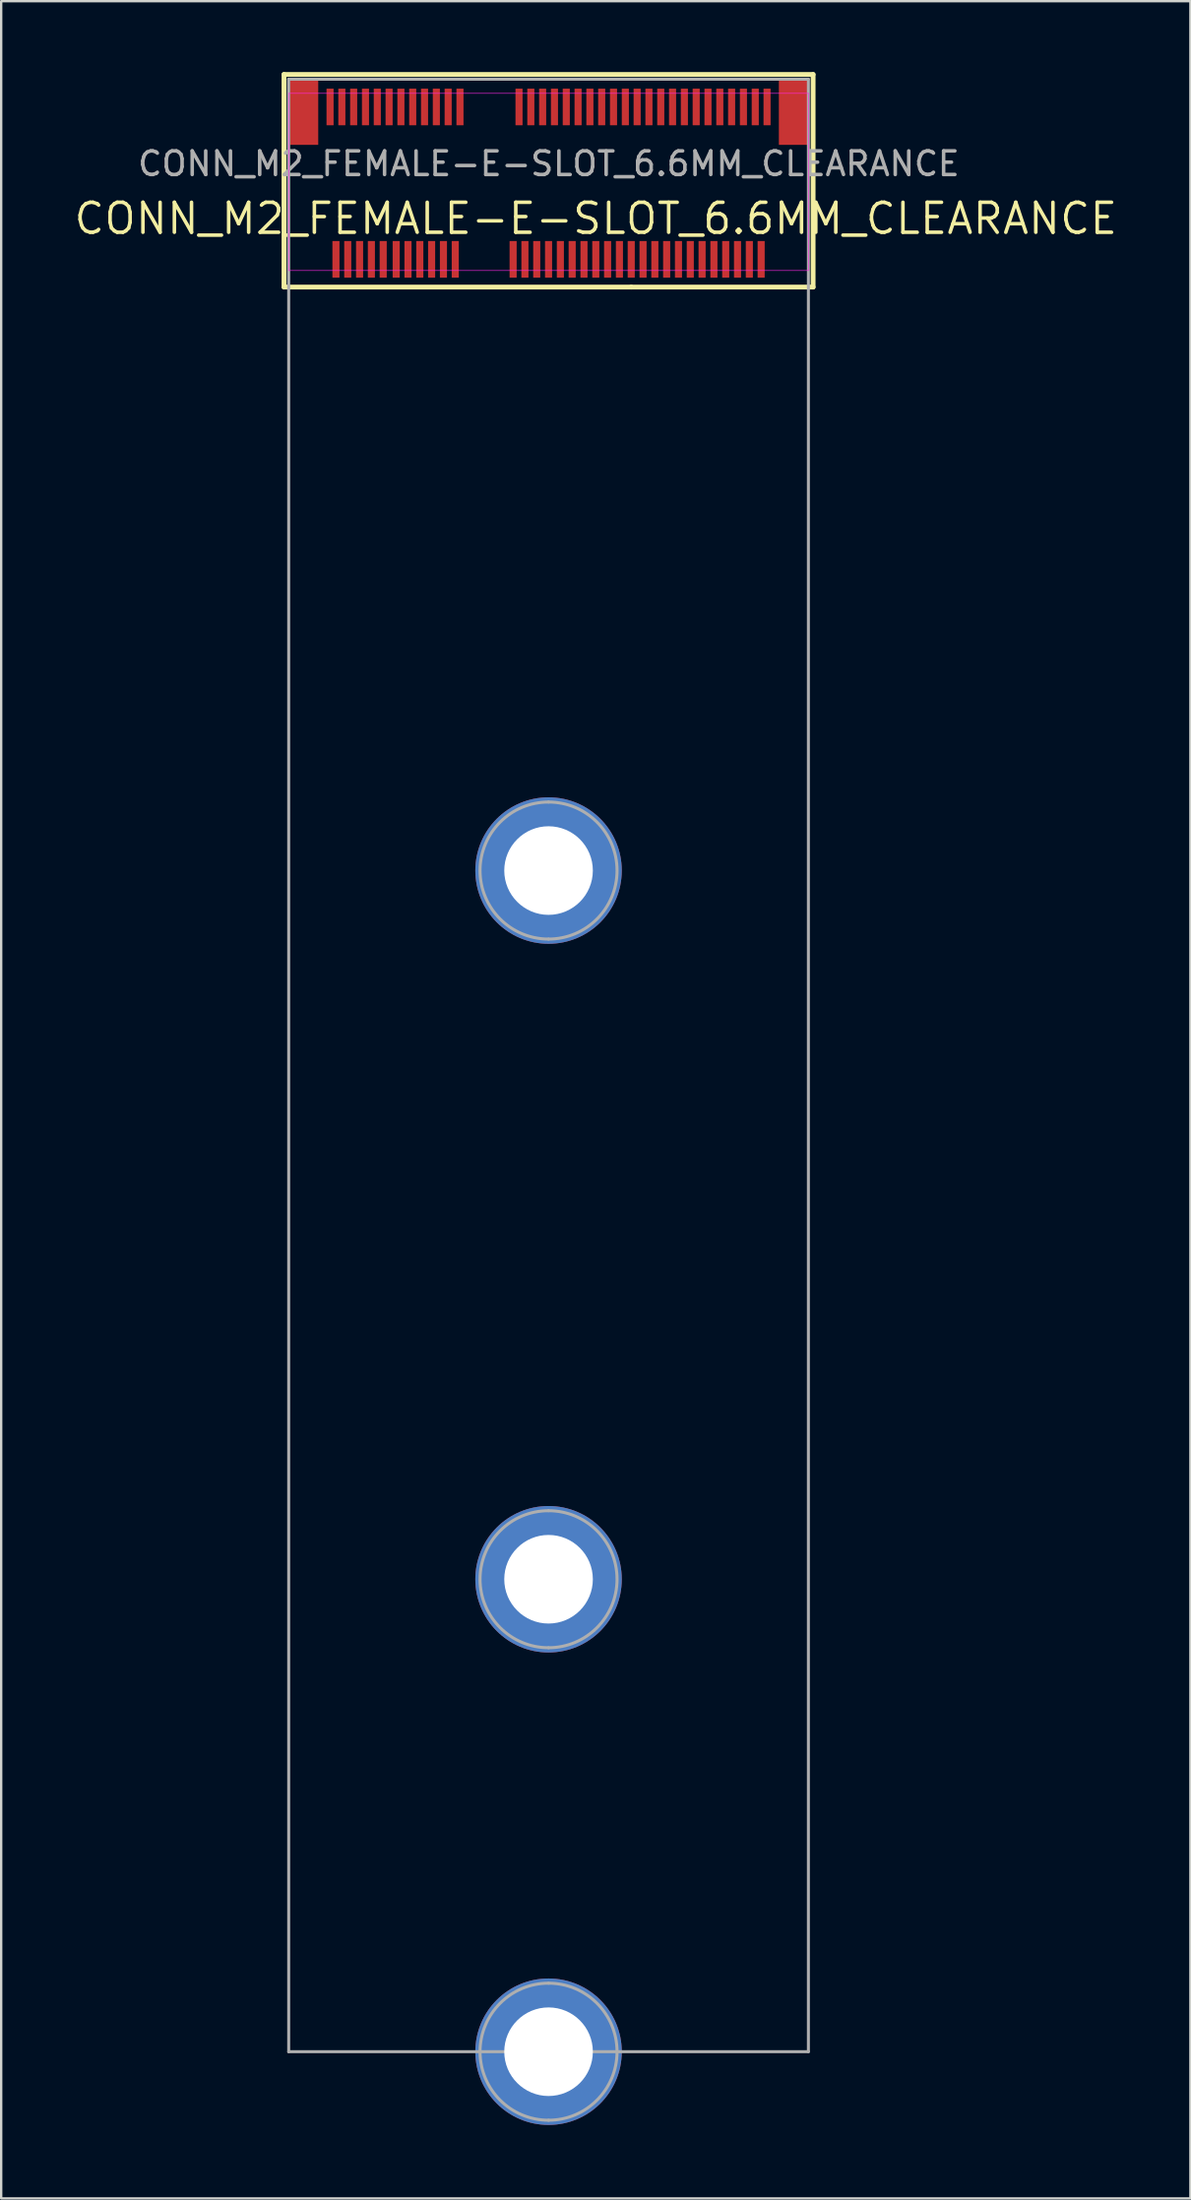
<source format=kicad_pcb>
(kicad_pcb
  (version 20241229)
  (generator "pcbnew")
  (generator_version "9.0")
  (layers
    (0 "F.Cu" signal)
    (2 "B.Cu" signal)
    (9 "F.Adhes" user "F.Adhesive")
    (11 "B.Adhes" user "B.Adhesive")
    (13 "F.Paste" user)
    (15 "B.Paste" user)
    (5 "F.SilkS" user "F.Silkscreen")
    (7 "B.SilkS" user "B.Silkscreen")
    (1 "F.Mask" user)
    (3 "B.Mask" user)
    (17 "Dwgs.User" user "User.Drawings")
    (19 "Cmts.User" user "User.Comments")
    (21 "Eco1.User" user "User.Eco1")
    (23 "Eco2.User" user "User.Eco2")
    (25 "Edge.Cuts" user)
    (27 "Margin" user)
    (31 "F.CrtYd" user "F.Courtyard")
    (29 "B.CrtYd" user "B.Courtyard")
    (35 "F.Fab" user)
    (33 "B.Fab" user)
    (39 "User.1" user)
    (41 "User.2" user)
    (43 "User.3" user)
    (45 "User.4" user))
  (footprint "CONN_M2_FEMALE-E-SLOT_6.6MM_CLEARANCE"
    (layer "F.Cu")
    (at 20.172 6.202)
    (property "Reference" "CONN_M2_FEMALE-E-SLOT_6.6MM_CLEARANCE" (at 2 0 0) (layer "F.SilkS") (effects (font (size 1.27 1.27) (thickness 0.15))))
    (fp_line (start -11.2 2.9) (end -11.2 -6.1) (stroke (width 0.203) (type solid)) (layer "F.SilkS"))
    (fp_line (start 3.5 2.9) (end -11.2 2.9) (stroke (width 0.203) (type solid)) (layer "F.SilkS"))
    (fp_line (start 3.5 2.9) (end 11.2 2.9) (stroke (width 0.203) (type solid)) (layer "F.SilkS"))
    (fp_line (start 11.2 -6.1) (end -11.2 -6.1) (stroke (width 0.203) (type solid)) (layer "F.SilkS"))
    (fp_line (start 11.2 2.9) (end 11.2 -6.1) (stroke (width 0.203) (type solid)) (layer "F.SilkS"))
    (fp_arc (start 0 27.55) (mid 0.05 27.6) (end 0 27.65) (stroke (width 0.00001) (type solid)) (layer "F.Paste"))
    (fp_arc (start 0 27.65) (mid -0.05 27.6) (end 0 27.55) (stroke (width 0.00001) (type solid)) (layer "F.Paste"))
    (fp_arc (start 0 57.54857) (mid 0.05 57.59857) (end 0 57.64857) (stroke (width 0.00001) (type solid)) (layer "F.Paste"))
    (fp_arc (start 0 57.64857) (mid -0.05 57.59857) (end 0 57.54857) (stroke (width 0.00001) (type solid)) (layer "F.Paste"))
    (fp_arc (start 0 77.55) (mid 0.05 77.6) (end 0 77.65) (stroke (width 0.00001) (type solid)) (layer "F.Paste"))
    (fp_arc (start 0 77.65) (mid -0.05 77.6) (end 0 77.55) (stroke (width 0.00001) (type solid)) (layer "F.Paste"))
    (fp_poly (pts (xy -2.003 28.238) (xy -1.898 28.505) (xy -1.757 28.754) (xy -1.584 28.982) (xy -1.382 29.184) (xy -1.154 29.357) (xy -0.905 29.498) (xy -0.638 29.603) (xy -0.5 29.64) (xy -0.5 30.811) (xy -0.684 30.78) (xy -1.043 30.681) (xy -1.389 30.541) (xy -1.717 30.363) (xy -2.022 30.148) (xy -2.3 29.9) (xy -2.548 29.622) (xy -2.763 29.317) (xy -2.941 28.989) (xy -3.081 28.643) (xy -3.18 28.284) (xy -3.211 28.1) (xy -2.04 28.1)) (stroke (width 0.00001) (type solid)) (fill yes) (layer "F.Paste"))
    (fp_poly (pts (xy -2.003 58.237) (xy -1.898 58.503) (xy -1.757 58.753) (xy -1.584 58.981) (xy -1.382 59.183) (xy -1.154 59.356) (xy -0.905 59.496) (xy -0.638 59.602) (xy -0.5 59.638) (xy -0.5 60.81) (xy -0.684 60.779) (xy -1.043 60.679) (xy -1.389 60.54) (xy -1.717 60.361) (xy -2.022 60.147) (xy -2.3 59.899) (xy -2.548 59.62) (xy -2.763 59.315) (xy -2.941 58.988) (xy -3.081 58.642) (xy -3.18 58.282) (xy -3.211 58.099) (xy -2.04 58.099)) (stroke (width 0.00001) (type solid)) (fill yes) (layer "F.Paste"))
    (fp_poly (pts (xy -2.003 78.238) (xy -1.898 78.505) (xy -1.757 78.754) (xy -1.584 78.982) (xy -1.382 79.184) (xy -1.154 79.357) (xy -0.905 79.498) (xy -0.638 79.603) (xy -0.5 79.64) (xy -0.5 80.811) (xy -0.684 80.78) (xy -1.043 80.681) (xy -1.389 80.541) (xy -1.717 80.363) (xy -2.022 80.148) (xy -2.3 79.9) (xy -2.548 79.622) (xy -2.763 79.317) (xy -2.941 78.989) (xy -3.081 78.643) (xy -3.18 78.284) (xy -3.211 78.1) (xy -2.04 78.1)) (stroke (width 0.00001) (type solid)) (fill yes) (layer "F.Paste"))
    (fp_poly (pts (xy -0.5 25.56) (xy -0.638 25.597) (xy -0.905 25.702) (xy -1.154 25.843) (xy -1.382 26.016) (xy -1.584 26.218) (xy -1.757 26.446) (xy -1.898 26.695) (xy -2.003 26.962) (xy -2.04 27.1) (xy -3.211 27.1) (xy -3.18 26.916) (xy -3.081 26.557) (xy -2.941 26.211) (xy -2.763 25.883) (xy -2.548 25.578) (xy -2.3 25.3) (xy -2.022 25.052) (xy -1.717 24.837) (xy -1.389 24.659) (xy -1.043 24.519) (xy -0.684 24.42) (xy -0.5 24.389)) (stroke (width 0.00001) (type solid)) (fill yes) (layer "F.Paste"))
    (fp_poly (pts (xy -0.5 55.559) (xy -0.638 55.595) (xy -0.905 55.701) (xy -1.154 55.841) (xy -1.382 56.014) (xy -1.584 56.217) (xy -1.757 56.445) (xy -1.898 56.694) (xy -2.003 56.96) (xy -2.04 57.099) (xy -3.211 57.099) (xy -3.18 56.915) (xy -3.081 56.555) (xy -2.941 56.209) (xy -2.763 55.882) (xy -2.548 55.577) (xy -2.3 55.299) (xy -2.022 55.05) (xy -1.717 54.836) (xy -1.389 54.657) (xy -1.043 54.518) (xy -0.684 54.419) (xy -0.5 54.387)) (stroke (width 0.00001) (type solid)) (fill yes) (layer "F.Paste"))
    (fp_poly (pts (xy -0.5 75.56) (xy -0.638 75.597) (xy -0.905 75.702) (xy -1.154 75.843) (xy -1.382 76.016) (xy -1.584 76.218) (xy -1.757 76.446) (xy -1.898 76.695) (xy -2.003 76.962) (xy -2.04 77.1) (xy -3.211 77.1) (xy -3.18 76.916) (xy -3.081 76.557) (xy -2.941 76.211) (xy -2.763 75.883) (xy -2.548 75.578) (xy -2.3 75.3) (xy -2.022 75.052) (xy -1.717 74.837) (xy -1.389 74.659) (xy -1.043 74.519) (xy -0.684 74.42) (xy -0.5 74.389)) (stroke (width 0.00001) (type solid)) (fill yes) (layer "F.Paste"))
    (fp_poly (pts (xy 0.684 24.42) (xy 1.043 24.519) (xy 1.389 24.659) (xy 1.717 24.837) (xy 2.022 25.052) (xy 2.3 25.3) (xy 2.548 25.578) (xy 2.763 25.883) (xy 2.941 26.211) (xy 3.081 26.557) (xy 3.18 26.916) (xy 3.211 27.1) (xy 3.211 27.1) (xy 2.04 27.1) (xy 2.003 26.962) (xy 1.898 26.695) (xy 1.757 26.446) (xy 1.584 26.218) (xy 1.382 26.016) (xy 1.154 25.843) (xy 0.905 25.702) (xy 0.638 25.597) (xy 0.5 25.56) (xy 0.5 25.56) (xy 0.5 24.389)) (stroke (width 0.00001) (type solid)) (fill yes) (layer "F.Paste"))
    (fp_poly (pts (xy 0.684 54.419) (xy 1.043 54.518) (xy 1.389 54.657) (xy 1.717 54.836) (xy 2.022 55.05) (xy 2.3 55.299) (xy 2.548 55.577) (xy 2.763 55.882) (xy 2.941 56.209) (xy 3.081 56.555) (xy 3.18 56.915) (xy 3.211 57.099) (xy 3.211 57.099) (xy 2.04 57.099) (xy 2.003 56.96) (xy 1.898 56.694) (xy 1.757 56.445) (xy 1.584 56.217) (xy 1.382 56.014) (xy 1.154 55.841) (xy 0.905 55.701) (xy 0.638 55.595) (xy 0.5 55.559) (xy 0.5 55.559) (xy 0.5 54.387)) (stroke (width 0.00001) (type solid)) (fill yes) (layer "F.Paste"))
    (fp_poly (pts (xy 0.684 74.42) (xy 1.043 74.519) (xy 1.389 74.659) (xy 1.717 74.837) (xy 2.022 75.052) (xy 2.3 75.3) (xy 2.548 75.578) (xy 2.763 75.883) (xy 2.941 76.211) (xy 3.081 76.557) (xy 3.18 76.916) (xy 3.211 77.1) (xy 3.211 77.1) (xy 2.04 77.1) (xy 2.003 76.962) (xy 1.898 76.695) (xy 1.757 76.446) (xy 1.584 76.218) (xy 1.382 76.016) (xy 1.154 75.843) (xy 0.905 75.702) (xy 0.638 75.597) (xy 0.5 75.56) (xy 0.5 75.56) (xy 0.5 74.389)) (stroke (width 0.00001) (type solid)) (fill yes) (layer "F.Paste"))
    (fp_poly (pts (xy 3.211 28.1) (xy 3.18 28.284) (xy 3.081 28.643) (xy 2.941 28.989) (xy 2.763 29.317) (xy 2.548 29.622) (xy 2.3 29.9) (xy 2.022 30.148) (xy 1.717 30.363) (xy 1.389 30.541) (xy 1.043 30.681) (xy 0.684 30.78) (xy 0.5 30.811) (xy 0.5 29.64) (xy 0.5 29.64) (xy 0.638 29.603) (xy 0.905 29.498) (xy 1.154 29.357) (xy 1.382 29.184) (xy 1.584 28.982) (xy 1.757 28.754) (xy 1.898 28.505) (xy 2.003 28.238) (xy 2.04 28.1) (xy 3.211 28.1)) (stroke (width 0.00001) (type solid)) (fill yes) (layer "F.Paste"))
    (fp_poly (pts (xy 3.211 58.099) (xy 3.18 58.282) (xy 3.081 58.642) (xy 2.941 58.988) (xy 2.763 59.315) (xy 2.548 59.62) (xy 2.3 59.899) (xy 2.022 60.147) (xy 1.717 60.361) (xy 1.389 60.54) (xy 1.043 60.679) (xy 0.684 60.779) (xy 0.5 60.81) (xy 0.5 59.638) (xy 0.5 59.638) (xy 0.638 59.602) (xy 0.905 59.496) (xy 1.154 59.356) (xy 1.382 59.183) (xy 1.584 58.981) (xy 1.757 58.753) (xy 1.898 58.503) (xy 2.003 58.237) (xy 2.04 58.099) (xy 3.211 58.099)) (stroke (width 0.00001) (type solid)) (fill yes) (layer "F.Paste"))
    (fp_poly (pts (xy 3.211 78.1) (xy 3.18 78.284) (xy 3.081 78.643) (xy 2.941 78.989) (xy 2.763 79.317) (xy 2.548 79.622) (xy 2.3 79.9) (xy 2.022 80.148) (xy 1.717 80.363) (xy 1.389 80.541) (xy 1.043 80.681) (xy 0.684 80.78) (xy 0.5 80.811) (xy 0.5 79.64) (xy 0.5 79.64) (xy 0.638 79.603) (xy 0.905 79.498) (xy 1.154 79.357) (xy 1.382 79.184) (xy 1.584 78.982) (xy 1.757 78.754) (xy 1.898 78.505) (xy 2.003 78.238) (xy 2.04 78.1) (xy 3.211 78.1)) (stroke (width 0.00001) (type solid)) (fill yes) (layer "F.Paste"))
    (fp_line (start -11 -5.3) (end -11 2.2) (stroke (width 0.025) (type solid)) (layer "F.CrtYd"))
    (fp_line (start -11 2.2) (end 11 2.2) (stroke (width 0.025) (type solid)) (layer "F.CrtYd"))
    (fp_line (start 11 -5.3) (end -11 -5.3) (stroke (width 0.025) (type solid)) (layer "F.CrtYd"))
    (fp_line (start 11 2.2) (end 11 -5.3) (stroke (width 0.025) (type solid)) (layer "F.CrtYd"))
    (fp_line (start -11 -5.9) (end -11 77.6) (stroke (width 0.127) (type solid)) (layer "F.Fab"))
    (fp_line (start -11 77.6) (end 11 77.6) (stroke (width 0.127) (type solid)) (layer "F.Fab"))
    (fp_line (start 11 -5.9) (end -11 -5.9) (stroke (width 0.127) (type solid)) (layer "F.Fab"))
    (fp_line (start 11 77.6) (end 11 -5.9) (stroke (width 0.127) (type solid)) (layer "F.Fab"))
    (fp_arc (start 0 24.7) (mid 2.9 27.6) (end 0 30.5) (stroke (width 0.127) (type solid)) (layer "F.Fab"))
    (fp_arc (start 0 30.5) (mid -2.9 27.6) (end 0 24.7) (stroke (width 0.127) (type solid)) (layer "F.Fab"))
    (fp_arc (start 0 54.69857) (mid 2.9 57.59857) (end 0 60.49857) (stroke (width 0.127) (type solid)) (layer "F.Fab"))
    (fp_arc (start 0 60.49857) (mid -2.9 57.59857) (end 0 54.69857) (stroke (width 0.127) (type solid)) (layer "F.Fab"))
    (fp_arc (start 0 74.7) (mid 2.9 77.6) (end 0 80.5) (stroke (width 0.127) (type solid)) (layer "F.Fab"))
    (fp_arc (start 0 80.5) (mid -2.9 77.6) (end 0 74.7) (stroke (width 0.127) (type solid)) (layer "F.Fab"))
    (fp_text user "${REFERENCE}" (at 0.01 -2.32 0) (unlocked yes) (layer "F.Fab") (effects (font (size 1 1) (thickness 0.15))))
    (pad "" np_thru_hole circle (at -10 0) (size 0.00001 0.00001) (drill 1.1) (layers "*.Cu" "*.Paste" "*.Mask"))
    (pad "" np_thru_hole circle (at 10 0) (size 0.001 0.001) (drill 1.6) (layers "*.Cu" "*.Paste" "*.Mask"))
    (pad "1" smd roundrect (at -9.25 -4.725 90) (size 1.55 0.3) (layers "F.Cu" "F.Mask" "F.Paste") (roundrect_rratio 0.033))
    (pad "2" smd roundrect (at -9 1.725 90) (size 1.55 0.3) (layers "F.Cu" "F.Mask" "F.Paste") (roundrect_rratio 0.033))
    (pad "3" smd roundrect (at -8.75 -4.725 90) (size 1.55 0.3) (layers "F.Cu" "F.Mask" "F.Paste") (roundrect_rratio 0.033))
    (pad "4" smd roundrect (at -8.5 1.725 90) (size 1.55 0.3) (layers "F.Cu" "F.Mask" "F.Paste") (roundrect_rratio 0.033))
    (pad "5" smd roundrect (at -8.25 -4.725 90) (size 1.55 0.3) (layers "F.Cu" "F.Mask" "F.Paste") (roundrect_rratio 0.033))
    (pad "6" smd roundrect (at -8 1.725 90) (size 1.55 0.3) (layers "F.Cu" "F.Mask" "F.Paste") (roundrect_rratio 0.033))
    (pad "7" smd roundrect (at -7.75 -4.725 90) (size 1.55 0.3) (layers "F.Cu" "F.Mask" "F.Paste") (roundrect_rratio 0.033))
    (pad "8" smd roundrect (at -7.5 1.725 90) (size 1.55 0.3) (layers "F.Cu" "F.Mask" "F.Paste") (roundrect_rratio 0.033))
    (pad "9" smd roundrect (at -7.25 -4.725 90) (size 1.55 0.3) (layers "F.Cu" "F.Mask" "F.Paste") (roundrect_rratio 0.033))
    (pad "10" smd roundrect (at -7 1.725 90) (size 1.55 0.3) (layers "F.Cu" "F.Mask" "F.Paste") (roundrect_rratio 0.033))
    (pad "11" smd roundrect (at -6.75 -4.725 90) (size 1.55 0.3) (layers "F.Cu" "F.Mask" "F.Paste") (roundrect_rratio 0.033))
    (pad "12" smd roundrect (at -6.45 1.725 90) (size 1.55 0.3) (layers "F.Cu" "F.Mask" "F.Paste") (roundrect_rratio 0.033))
    (pad "13" smd roundrect (at -6.25 -4.725 90) (size 1.55 0.3) (layers "F.Cu" "F.Mask" "F.Paste") (roundrect_rratio 0.033))
    (pad "14" smd roundrect (at -5.95 1.725 90) (size 1.55 0.3) (layers "F.Cu" "F.Mask" "F.Paste") (roundrect_rratio 0.033))
    (pad "15" smd roundrect (at -5.75 -4.725 90) (size 1.55 0.3) (layers "F.Cu" "F.Mask" "F.Paste") (roundrect_rratio 0.033))
    (pad "16" smd roundrect (at -5.45 1.725 90) (size 1.55 0.3) (layers "F.Cu" "F.Mask" "F.Paste") (roundrect_rratio 0.033))
    (pad "17" smd roundrect (at -5.25 -4.725 90) (size 1.55 0.3) (layers "F.Cu" "F.Mask" "F.Paste") (roundrect_rratio 0.033))
    (pad "18" smd roundrect (at -4.95 1.725 90) (size 1.55 0.3) (layers "F.Cu" "F.Mask" "F.Paste") (roundrect_rratio 0.033))
    (pad "19" smd roundrect (at -4.75 -4.725 90) (size 1.55 0.3) (layers "F.Cu" "F.Mask" "F.Paste") (roundrect_rratio 0.033))
    (pad "20" smd roundrect (at -4.45 1.725 90) (size 1.55 0.3) (layers "F.Cu" "F.Mask" "F.Paste") (roundrect_rratio 0.033))
    (pad "21" smd roundrect (at -4.25 -4.725 90) (size 1.55 0.3) (layers "F.Cu" "F.Mask" "F.Paste") (roundrect_rratio 0.033))
    (pad "22" smd roundrect (at -3.95 1.725 90) (size 1.55 0.3) (layers "F.Cu" "F.Mask" "F.Paste") (roundrect_rratio 0.033))
    (pad "23" smd roundrect (at -3.75 -4.725 90) (size 1.55 0.3) (layers "F.Cu" "F.Mask" "F.Paste") (roundrect_rratio 0.033))
    (pad "32" smd roundrect (at -1.5 1.725 90) (size 1.55 0.3) (layers "F.Cu" "F.Mask" "F.Paste") (roundrect_rratio 0.033))
    (pad "33" smd roundrect (at -1.25 -4.725 90) (size 1.55 0.3) (layers "F.Cu" "F.Mask" "F.Paste") (roundrect_rratio 0.033))
    (pad "34" smd roundrect (at -1 1.725 90) (size 1.55 0.3) (layers "F.Cu" "F.Mask" "F.Paste") (roundrect_rratio 0.033))
    (pad "35" smd roundrect (at -0.75 -4.725 90) (size 1.55 0.3) (layers "F.Cu" "F.Mask" "F.Paste") (roundrect_rratio 0.033))
    (pad "36" smd roundrect (at -0.5 1.725 90) (size 1.55 0.3) (layers "F.Cu" "F.Mask" "F.Paste") (roundrect_rratio 0.033))
    (pad "37" smd roundrect (at -0.25 -4.725 90) (size 1.55 0.3) (layers "F.Cu" "F.Mask" "F.Paste") (roundrect_rratio 0.033))
    (pad "38" smd roundrect (at 0 1.725 90) (size 1.55 0.3) (layers "F.Cu" "F.Mask" "F.Paste") (roundrect_rratio 0.033))
    (pad "39" smd roundrect (at 0.25 -4.725 90) (size 1.55 0.3) (layers "F.Cu" "F.Mask" "F.Paste") (roundrect_rratio 0.033))
    (pad "40" smd roundrect (at 0.5 1.725 90) (size 1.55 0.3) (layers "F.Cu" "F.Mask" "F.Paste") (roundrect_rratio 0.033))
    (pad "41" smd roundrect (at 0.75 -4.725 90) (size 1.55 0.3) (layers "F.Cu" "F.Mask" "F.Paste") (roundrect_rratio 0.033))
    (pad "42" smd roundrect (at 1 1.725 90) (size 1.55 0.3) (layers "F.Cu" "F.Mask" "F.Paste") (roundrect_rratio 0.033))
    (pad "43" smd roundrect (at 1.25 -4.725 90) (size 1.55 0.3) (layers "F.Cu" "F.Mask" "F.Paste") (roundrect_rratio 0.033))
    (pad "44" smd roundrect (at 1.5 1.725 90) (size 1.55 0.3) (layers "F.Cu" "F.Mask" "F.Paste") (roundrect_rratio 0.033))
    (pad "45" smd roundrect (at 1.75 -4.725 90) (size 1.55 0.3) (layers "F.Cu" "F.Mask" "F.Paste") (roundrect_rratio 0.033))
    (pad "46" smd roundrect (at 2 1.725 90) (size 1.55 0.3) (layers "F.Cu" "F.Mask" "F.Paste") (roundrect_rratio 0.033))
    (pad "47" smd roundrect (at 2.25 -4.725 90) (size 1.55 0.3) (layers "F.Cu" "F.Mask" "F.Paste") (roundrect_rratio 0.033))
    (pad "48" smd roundrect (at 2.5 1.725 90) (size 1.55 0.3) (layers "F.Cu" "F.Mask" "F.Paste") (roundrect_rratio 0.033))
    (pad "49" smd roundrect (at 2.75 -4.725 90) (size 1.55 0.3) (layers "F.Cu" "F.Mask" "F.Paste") (roundrect_rratio 0.033))
    (pad "50" smd roundrect (at 3 1.725 90) (size 1.55 0.3) (layers "F.Cu" "F.Mask" "F.Paste") (roundrect_rratio 0.033))
    (pad "51" smd roundrect (at 3.25 -4.725 90) (size 1.55 0.3) (layers "F.Cu" "F.Mask" "F.Paste") (roundrect_rratio 0.033))
    (pad "52" smd roundrect (at 3.5 1.725 90) (size 1.55 0.3) (layers "F.Cu" "F.Mask" "F.Paste") (roundrect_rratio 0.033))
    (pad "53" smd roundrect (at 3.75 -4.725 90) (size 1.55 0.3) (layers "F.Cu" "F.Mask" "F.Paste") (roundrect_rratio 0.033))
    (pad "54" smd roundrect (at 4 1.725 90) (size 1.55 0.3) (layers "F.Cu" "F.Mask" "F.Paste") (roundrect_rratio 0.033))
    (pad "55" smd roundrect (at 4.25 -4.725 90) (size 1.55 0.3) (layers "F.Cu" "F.Mask" "F.Paste") (roundrect_rratio 0.033))
    (pad "56" smd roundrect (at 4.5 1.725 90) (size 1.55 0.3) (layers "F.Cu" "F.Mask" "F.Paste") (roundrect_rratio 0.033))
    (pad "57" smd roundrect (at 4.75 -4.725 90) (size 1.55 0.3) (layers "F.Cu" "F.Mask" "F.Paste") (roundrect_rratio 0.033))
    (pad "58" smd roundrect (at 5 1.725 90) (size 1.55 0.3) (layers "F.Cu" "F.Mask" "F.Paste") (roundrect_rratio 0.033))
    (pad "59" smd roundrect (at 5.25 -4.725 90) (size 1.55 0.3) (layers "F.Cu" "F.Mask" "F.Paste") (roundrect_rratio 0.033))
    (pad "60" smd roundrect (at 5.5 1.725 90) (size 1.55 0.3) (layers "F.Cu" "F.Mask" "F.Paste") (roundrect_rratio 0.033))
    (pad "61" smd roundrect (at 5.75 -4.725 90) (size 1.55 0.3) (layers "F.Cu" "F.Mask" "F.Paste") (roundrect_rratio 0.033))
    (pad "62" smd roundrect (at 6 1.725 90) (size 1.55 0.3) (layers "F.Cu" "F.Mask" "F.Paste") (roundrect_rratio 0.033))
    (pad "63" smd roundrect (at 6.25 -4.725 90) (size 1.55 0.3) (layers "F.Cu" "F.Mask" "F.Paste") (roundrect_rratio 0.033))
    (pad "64" smd roundrect (at 6.5 1.725 90) (size 1.55 0.3) (layers "F.Cu" "F.Mask" "F.Paste") (roundrect_rratio 0.033))
    (pad "65" smd roundrect (at 6.75 -4.725 90) (size 1.55 0.3) (layers "F.Cu" "F.Mask" "F.Paste") (roundrect_rratio 0.033))
    (pad "66" smd roundrect (at 7 1.725 90) (size 1.55 0.3) (layers "F.Cu" "F.Mask" "F.Paste") (roundrect_rratio 0.033))
    (pad "67" smd roundrect (at 7.25 -4.725 90) (size 1.55 0.3) (layers "F.Cu" "F.Mask" "F.Paste") (roundrect_rratio 0.033))
    (pad "68" smd roundrect (at 7.5 1.725 90) (size 1.55 0.3) (layers "F.Cu" "F.Mask" "F.Paste") (roundrect_rratio 0.033))
    (pad "69" smd roundrect (at 7.75 -4.725 90) (size 1.55 0.3) (layers "F.Cu" "F.Mask" "F.Paste") (roundrect_rratio 0.033))
    (pad "70" smd roundrect (at 8 1.725 90) (size 1.55 0.3) (layers "F.Cu" "F.Mask" "F.Paste") (roundrect_rratio 0.033))
    (pad "71" smd roundrect (at 8.25 -4.725 90) (size 1.55 0.3) (layers "F.Cu" "F.Mask" "F.Paste") (roundrect_rratio 0.033))
    (pad "72" smd roundrect (at 8.5 1.725 90) (size 1.55 0.3) (layers "F.Cu" "F.Mask" "F.Paste") (roundrect_rratio 0.033))
    (pad "73" smd roundrect (at 8.75 -4.725 90) (size 1.55 0.3) (layers "F.Cu" "F.Mask" "F.Paste") (roundrect_rratio 0.033))
    (pad "74" smd roundrect (at 9 1.725 90) (size 1.55 0.3) (layers "F.Cu" "F.Mask" "F.Paste") (roundrect_rratio 0.033))
    (pad "75" smd roundrect (at 9.25 -4.725 90) (size 1.55 0.3) (layers "F.Cu" "F.Mask" "F.Paste") (roundrect_rratio 0.033))
    (pad "S1" thru_hole circle (at 0 27.6) (size 6.2 6.2) (drill 3.75) (layers "*.Cu" "*.Mask"))
    (pad "S2" thru_hole circle (at 0 57.6) (size 6.2 6.2) (drill 3.75) (layers "*.Cu" "*.Mask"))
    (pad "S3" thru_hole circle (at 0 77.6) (size 6.2 6.2) (drill 3.75) (layers "*.Cu" "*.Mask"))
    (pad "S4" smd rect (at -10.35 -4.5 90) (size 2.76 1.2) (layers "F.Cu" "F.Mask" "F.Paste"))
    (pad "S5" smd rect (at 10.35 -4.5 90) (size 2.76 1.2) (layers "F.Cu" "F.Mask" "F.Paste")))
  (gr_rect
    (start -3 -3)
    (end 47.344 90.013)
    (stroke (width 0.1) (type default))
    (fill no)
    (layer "Edge.Cuts")))
</source>
